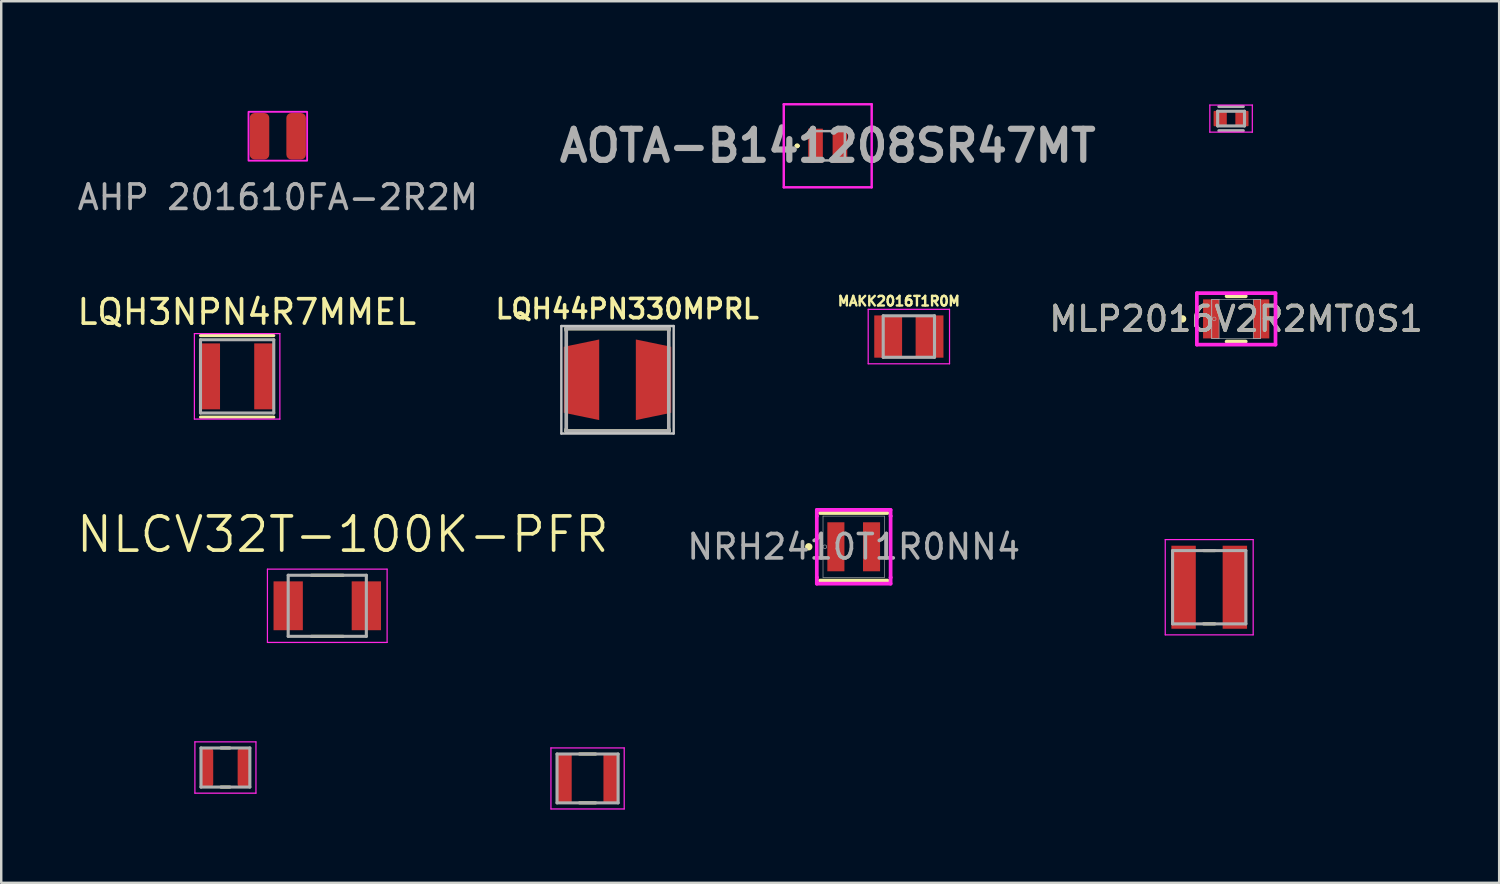
<source format=kicad_pcb>
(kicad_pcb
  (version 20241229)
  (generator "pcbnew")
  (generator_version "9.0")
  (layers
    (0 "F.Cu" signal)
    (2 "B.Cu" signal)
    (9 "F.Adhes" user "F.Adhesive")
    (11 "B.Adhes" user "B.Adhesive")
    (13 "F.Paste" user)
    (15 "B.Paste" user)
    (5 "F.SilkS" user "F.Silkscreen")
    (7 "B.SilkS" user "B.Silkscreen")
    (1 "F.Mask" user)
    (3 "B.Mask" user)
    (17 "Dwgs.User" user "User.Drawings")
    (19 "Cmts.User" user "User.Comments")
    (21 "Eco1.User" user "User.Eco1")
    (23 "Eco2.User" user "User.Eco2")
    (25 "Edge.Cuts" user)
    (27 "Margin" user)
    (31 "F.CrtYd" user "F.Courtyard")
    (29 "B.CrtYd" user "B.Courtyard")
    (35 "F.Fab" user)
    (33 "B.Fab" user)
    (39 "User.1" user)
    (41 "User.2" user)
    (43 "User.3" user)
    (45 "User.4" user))
  (footprint "VLS3012HBX-220M"
    (layer "F.Cu")
    (at 46.461 20.994)
    (property "Reference" "VLS3012HBX-220M" (at 0.232 -2.606 0) (layer "User.2") (effects (font (size 0.64 0.64) (thickness 0.15))))
    (attr smd)
    (fp_line (start -0.23 -1.5) (end 0.23 -1.5) (stroke (width 0.127) (type solid)) (layer "F.SilkS"))
    (fp_line (start -0.23 1.5) (end 0.23 1.5) (stroke (width 0.127) (type solid)) (layer "F.SilkS"))
    (fp_line (start -1.8 -1.95) (end -1.8 1.95) (stroke (width 0.05) (type solid)) (layer "F.CrtYd"))
    (fp_line (start -1.8 1.95) (end 1.8 1.95) (stroke (width 0.05) (type solid)) (layer "F.CrtYd"))
    (fp_line (start 1.8 -1.95) (end -1.8 -1.95) (stroke (width 0.05) (type solid)) (layer "F.CrtYd"))
    (fp_line (start 1.8 1.95) (end 1.8 -1.95) (stroke (width 0.05) (type solid)) (layer "F.CrtYd"))
    (fp_line (start -1.5 -1.5) (end -1.5 1.5) (stroke (width 0.127) (type solid)) (layer "F.Fab"))
    (fp_line (start -1.5 -1.5) (end 1.5 -1.5) (stroke (width 0.127) (type solid)) (layer "F.Fab"))
    (fp_line (start -1.5 1.5) (end 1.5 1.5) (stroke (width 0.127) (type solid)) (layer "F.Fab"))
    (fp_line (start 1.5 -1.5) (end 1.5 1.5) (stroke (width 0.127) (type solid)) (layer "F.Fab"))
    (pad "1" smd rect (at -1.05 0) (size 1 3.4) (layers "F.Cu" "F.Mask" "F.Paste"))
    (pad "2" smd rect (at 1.05 0) (size 1 3.4) (layers "F.Cu" "F.Mask" "F.Paste")))
  (footprint "NRH2410T1R0NN4"
    (layer "F.Cu")
    (at 31.905 19.338)
    (property "Reference" "NRH2410T1R0NN4" (at 0 0 0) (unlocked yes) (layer "User.2") (effects (font (size 1 1) (thickness 0.15))))
    (attr smd)
    (fp_line (start -1.384 1.384) (end 1.384 1.384) (stroke (width 0.152) (type solid)) (layer "F.SilkS"))
    (fp_line (start 1.384 -1.384) (end -1.384 -1.384) (stroke (width 0.152) (type solid)) (layer "F.SilkS"))
    (fp_circle (center -1.841 0) (end -1.765 0) (stroke (width 0.152) (type solid)) (fill no) (layer "F.SilkS"))
    (fp_line (start -1.511 -1.511) (end 1.511 -1.511) (stroke (width 0.152) (type solid)) (layer "F.CrtYd"))
    (fp_line (start -1.511 -1.257) (end -1.511 -1.511) (stroke (width 0.152) (type solid)) (layer "F.CrtYd"))
    (fp_line (start -1.511 -1.257) (end -1.511 -1.257) (stroke (width 0.152) (type solid)) (layer "F.CrtYd"))
    (fp_line (start -1.511 1.257) (end -1.511 -1.257) (stroke (width 0.152) (type solid)) (layer "F.CrtYd"))
    (fp_line (start -1.511 1.257) (end -1.511 1.257) (stroke (width 0.152) (type solid)) (layer "F.CrtYd"))
    (fp_line (start -1.511 1.511) (end -1.511 1.257) (stroke (width 0.152) (type solid)) (layer "F.CrtYd"))
    (fp_line (start 1.511 -1.511) (end 1.511 -1.257) (stroke (width 0.152) (type solid)) (layer "F.CrtYd"))
    (fp_line (start 1.511 -1.257) (end 1.511 -1.257) (stroke (width 0.152) (type solid)) (layer "F.CrtYd"))
    (fp_line (start 1.511 -1.257) (end 1.511 1.257) (stroke (width 0.152) (type solid)) (layer "F.CrtYd"))
    (fp_line (start 1.511 1.257) (end 1.511 1.257) (stroke (width 0.152) (type solid)) (layer "F.CrtYd"))
    (fp_line (start 1.511 1.257) (end 1.511 1.511) (stroke (width 0.152) (type solid)) (layer "F.CrtYd"))
    (fp_line (start 1.511 1.511) (end -1.511 1.511) (stroke (width 0.152) (type solid)) (layer "F.CrtYd"))
    (fp_line (start -1.257 -1.257) (end -1.257 1.257) (stroke (width 0.025) (type solid)) (layer "F.Fab"))
    (fp_line (start -1.257 1.257) (end 1.257 1.257) (stroke (width 0.025) (type solid)) (layer "F.Fab"))
    (fp_line (start 1.257 -1.257) (end -1.257 -1.257) (stroke (width 0.025) (type solid)) (layer "F.Fab"))
    (fp_line (start 1.257 1.257) (end 1.257 -1.257) (stroke (width 0.025) (type solid)) (layer "F.Fab"))
    (fp_circle (center -1.181 0) (end -1.105 0) (stroke (width 0.025) (type solid)) (fill no) (layer "F.Fab"))
    (fp_text user "${REFERENCE}" (at 0 0 0) (unlocked yes) (layer "F.Fab") (effects (font (size 1 1) (thickness 0.15))))
    (pad "1" smd rect (at -0.73 0) (size 0.699 2.007) (layers "F.Cu" "F.Mask" "F.Paste"))
    (pad "2" smd rect (at 0.73 0) (size 0.699 2.007) (layers "F.Cu" "F.Mask" "F.Paste"))
    (zone (net_name "") (layer "F.Cu") (hatch full 0.508) (connect_pads) (min_thickness 0.254) (filled_areas_thickness no) (keepout (tracks not_allowed) (vias not_allowed) (pads allowed) (copperpour not_allowed) (footprints allowed)) (placement (enabled no)) (fill) (polygon (pts (xy 31.574 18.131) (xy 32.235 18.131) (xy 32.235 20.544) (xy 31.574 20.544)))))
  (footprint "MAKK2016T1R0M"
    (layer "F.Cu")
    (at 34.163 10.73)
    (property "Reference" "MAKK2016T1R0M" (at -0.41 -1.45 0) (layer "F.SilkS") (effects (font (size 0.394 0.394) (thickness 0.15))))
    (attr smd)
    (fp_line (start -1.665 -1.115) (end 1.665 -1.115) (stroke (width 0.05) (type solid)) (layer "F.CrtYd"))
    (fp_line (start -1.665 1.115) (end -1.665 -1.115) (stroke (width 0.05) (type solid)) (layer "F.CrtYd"))
    (fp_line (start -1.665 1.115) (end 1.665 1.115) (stroke (width 0.05) (type solid)) (layer "F.CrtYd"))
    (fp_line (start 1.665 1.115) (end 1.665 -1.115) (stroke (width 0.05) (type solid)) (layer "F.CrtYd"))
    (fp_line (start -1.05 0.85) (end -1.05 -0.85) (stroke (width 0.127) (type solid)) (layer "F.Fab"))
    (fp_line (start 1.05 -0.85) (end -1.05 -0.85) (stroke (width 0.127) (type solid)) (layer "F.Fab"))
    (fp_line (start 1.05 0.85) (end -1.05 0.85) (stroke (width 0.127) (type solid)) (layer "F.Fab"))
    (fp_line (start 1.05 0.85) (end 1.05 -0.85) (stroke (width 0.127) (type solid)) (layer "F.Fab"))
    (fp_text user "${REFERENCE}" (at 0 0 0) (layer "Eco1.User") (effects (font (size 0.4 0.4) (thickness 0.1))))
    (pad "1" smd rect (at -0.847 0) (size 1.14 1.73) (layers "F.Cu" "F.Mask" "F.Paste"))
    (pad "2" smd rect (at 0.847 0) (size 1.14 1.73) (layers "F.Cu" "F.Mask" "F.Paste")))
  (footprint "MLP2016V2R2MT0S1"
    (layer "F.Cu")
    (at 47.565 10.007)
    (property "Reference" "MLP2016V2R2MT0S1" (at 0 0 0) (unlocked yes) (layer "F.SilkS") (effects (font (size 1 1) (thickness 0.15))))
    (attr smd)
    (fp_line (start -0.392 0.927) (end 0.392 0.927) (stroke (width 0.152) (type solid)) (layer "F.SilkS"))
    (fp_line (start 0.392 -0.927) (end -0.392 -0.927) (stroke (width 0.152) (type solid)) (layer "F.SilkS"))
    (fp_circle (center -2.194 0) (end -2.118 0) (stroke (width 0.152) (type solid)) (fill no) (layer "F.SilkS"))
    (fp_line (start -1.61 -1.054) (end 1.61 -1.054) (stroke (width 0.152) (type solid)) (layer "F.CrtYd"))
    (fp_line (start -1.61 1.054) (end -1.61 -1.054) (stroke (width 0.152) (type solid)) (layer "F.CrtYd"))
    (fp_line (start 1.61 -1.054) (end 1.61 1.054) (stroke (width 0.152) (type solid)) (layer "F.CrtYd"))
    (fp_line (start 1.61 1.054) (end -1.61 1.054) (stroke (width 0.152) (type solid)) (layer "F.CrtYd"))
    (fp_line (start -1 -0.8) (end -1 0.8) (stroke (width 0.025) (type solid)) (layer "F.Fab"))
    (fp_line (start -1 -0.8) (end -1 0.8) (stroke (width 0.025) (type solid)) (layer "F.Fab"))
    (fp_line (start -1 0.8) (end -0.7 0.8) (stroke (width 0.025) (type solid)) (layer "F.Fab"))
    (fp_line (start -1 0.8) (end 1 0.8) (stroke (width 0.025) (type solid)) (layer "F.Fab"))
    (fp_line (start -0.7 -0.8) (end -1 -0.8) (stroke (width 0.025) (type solid)) (layer "F.Fab"))
    (fp_line (start -0.7 0.8) (end -0.7 -0.8) (stroke (width 0.025) (type solid)) (layer "F.Fab"))
    (fp_line (start 0.7 -0.8) (end 0.7 0.8) (stroke (width 0.025) (type solid)) (layer "F.Fab"))
    (fp_line (start 0.7 0.8) (end 1 0.8) (stroke (width 0.025) (type solid)) (layer "F.Fab"))
    (fp_line (start 1 -0.8) (end -1 -0.8) (stroke (width 0.025) (type solid)) (layer "F.Fab"))
    (fp_line (start 1 -0.8) (end 0.7 -0.8) (stroke (width 0.025) (type solid)) (layer "F.Fab"))
    (fp_line (start 1 0.8) (end 1 -0.8) (stroke (width 0.025) (type solid)) (layer "F.Fab"))
    (fp_line (start 1 0.8) (end 1 -0.8) (stroke (width 0.025) (type solid)) (layer "F.Fab"))
    (fp_circle (center -0.901 0) (end -0.825 0) (stroke (width 0.025) (type solid)) (fill no) (layer "F.Fab"))
    (fp_text user "${REFERENCE}" (at 0 0 0) (unlocked yes) (layer "F.Fab") (effects (font (size 1 1) (thickness 0.15))))
    (pad "1" smd rect (at -1.028 0) (size 0.656 1.6) (layers "F.Cu" "F.Mask" "F.Paste"))
    (pad "2" smd rect (at 1.028 0) (size 0.656 1.6) (layers "F.Cu" "F.Mask" "F.Paste"))
    (zone (net_name "") (layer "F.Cu") (hatch full 0.508) (connect_pads) (min_thickness 0.254) (filled_areas_thickness no) (keepout (tracks not_allowed) (vias not_allowed) (pads allowed) (copperpour not_allowed) (footprints allowed)) (placement (enabled no)) (fill) (polygon (pts (xy 46.916 9.258) (xy 48.214 9.258) (xy 48.214 10.756) (xy 46.916 10.756)))))
  (footprint "VLS201612HBX-2R2M-1"
    (layer "F.Cu")
    (at 6.18 28.376)
    (property "Reference" "VLS201612HBX-2R2M-1" (at 0 -1.46 0) (layer "User.2") (effects (font (size 0.64 0.64) (thickness 0.15))))
    (attr smd)
    (fp_line (start -0.18 -0.8) (end 0.18 -0.8) (stroke (width 0.127) (type solid)) (layer "F.SilkS"))
    (fp_line (start -0.18 0.8) (end 0.18 0.8) (stroke (width 0.127) (type solid)) (layer "F.SilkS"))
    (fp_line (start -1.25 -1.05) (end -1.25 1.05) (stroke (width 0.05) (type solid)) (layer "F.CrtYd"))
    (fp_line (start -1.25 1.05) (end 1.25 1.05) (stroke (width 0.05) (type solid)) (layer "F.CrtYd"))
    (fp_line (start 1.25 -1.05) (end -1.25 -1.05) (stroke (width 0.05) (type solid)) (layer "F.CrtYd"))
    (fp_line (start 1.25 1.05) (end 1.25 -1.05) (stroke (width 0.05) (type solid)) (layer "F.CrtYd"))
    (fp_line (start -1 -0.8) (end -1 0.8) (stroke (width 0.127) (type solid)) (layer "F.Fab"))
    (fp_line (start -1 -0.8) (end 1 -0.8) (stroke (width 0.127) (type solid)) (layer "F.Fab"))
    (fp_line (start -1 0.8) (end 1 0.8) (stroke (width 0.127) (type solid)) (layer "F.Fab"))
    (fp_line (start 1 -0.8) (end 1 0.8) (stroke (width 0.127) (type solid)) (layer "F.Fab"))
    (pad "1" smd roundrect (at -0.75 0) (size 0.5 1.6) (layers "F.Cu" "F.Mask" "F.Paste") (roundrect_rratio 0.25))
    (pad "2" smd roundrect (at 0.75 0) (size 0.5 1.6) (layers "F.Cu" "F.Mask" "F.Paste") (roundrect_rratio 0.25)))
  (footprint "IND_0402"
    (layer "F.Cu")
    (at 47.356 1.806)
    (property "Reference" "IND_0402" (at 0.127 -1.168 0) (layer "User.2") (effects (font (size 0.64 0.64) (thickness 0.15))))
    (attr smd)
    (fp_line (start -0.87 -0.555) (end 0.87 -0.555) (stroke (width 0.05) (type solid)) (layer "F.CrtYd"))
    (fp_line (start -0.87 0.555) (end -0.87 -0.555) (stroke (width 0.05) (type solid)) (layer "F.CrtYd"))
    (fp_line (start 0.87 -0.555) (end 0.87 0.555) (stroke (width 0.05) (type solid)) (layer "F.CrtYd"))
    (fp_line (start 0.87 0.555) (end -0.87 0.555) (stroke (width 0.05) (type solid)) (layer "F.CrtYd"))
    (fp_line (start -0.55 -0.3) (end 0.55 -0.3) (stroke (width 0.127) (type solid)) (layer "F.Fab"))
    (fp_line (start -0.55 0.3) (end -0.55 -0.3) (stroke (width 0.127) (type solid)) (layer "F.Fab"))
    (fp_line (start -0.5 -0.495) (end 0.5 -0.495) (stroke (width 0.127) (type solid)) (layer "F.Fab"))
    (fp_line (start -0.5 0.495) (end 0.5 0.495) (stroke (width 0.127) (type solid)) (layer "F.Fab"))
    (fp_line (start 0.55 -0.3) (end 0.55 0.3) (stroke (width 0.127) (type solid)) (layer "F.Fab"))
    (fp_line (start 0.55 0.3) (end -0.55 0.3) (stroke (width 0.127) (type solid)) (layer "F.Fab"))
    (pad "1" smd roundrect (at -0.445 0) (size 0.54 0.63) (layers "F.Cu" "F.Mask" "F.Paste") (roundrect_rratio 0.07))
    (pad "2" smd roundrect (at 0.445 0) (size 0.54 0.63) (layers "F.Cu" "F.Mask" "F.Paste") (roundrect_rratio 0.07)))
  (footprint "LQH44PN330MPRL"
    (layer "F.Cu")
    (at 22.234 12.5)
    (property "Reference" "LQH44PN330MPRL" (at 0.4 -2.9 0) (layer "F.SilkS") (effects (font (size 0.787 0.787) (thickness 0.15))))
    (attr smd)
    (fp_poly (pts (xy -2.2 1.35) (xy -0.75 1.65) (xy -0.75 -1.65) (xy -2.2 -1.35)) (stroke (width 0) (type solid)) (fill yes) (layer "F.Mask"))
    (fp_poly (pts (xy 2.2 1.35) (xy 2.2 -1.35) (xy 0.75 -1.65) (xy 0.75 1.65)) (stroke (width 0) (type solid)) (fill yes) (layer "F.Mask"))
    (fp_line (start -2.1 -2.1) (end 2.1 -2.1) (stroke (width 0.15) (type solid)) (layer "F.SilkS"))
    (fp_line (start -2.1 -2.025) (end -2.1 -2.1) (stroke (width 0.15) (type solid)) (layer "F.SilkS"))
    (fp_line (start -2.1 2.1) (end -2.1 2.025) (stroke (width 0.15) (type solid)) (layer "F.SilkS"))
    (fp_line (start -2.1 2.1) (end 2.1 2.1) (stroke (width 0.15) (type solid)) (layer "F.SilkS"))
    (fp_line (start 2.1 -2.025) (end 2.1 -2.1) (stroke (width 0.15) (type solid)) (layer "F.SilkS"))
    (fp_line (start 2.1 2.1) (end 2.1 2.025) (stroke (width 0.15) (type solid)) (layer "F.SilkS"))
    (fp_poly (pts (xy -2.2 1.35) (xy -0.75 1.65) (xy -0.75 -1.65) (xy -2.2 -1.35)) (stroke (width 0) (type solid)) (fill yes) (layer "F.Paste"))
    (fp_poly (pts (xy 2.2 1.35) (xy 2.2 -1.35) (xy 0.75 -1.65) (xy 0.75 1.65)) (stroke (width 0) (type solid)) (fill yes) (layer "F.Paste"))
    (fp_line (start -2.3 -2.2) (end 2.3 -2.2) (stroke (width 0.1) (type solid)) (layer "Dwgs.User"))
    (fp_line (start -2.3 2.2) (end -2.3 -2.2) (stroke (width 0.1) (type solid)) (layer "Dwgs.User"))
    (fp_line (start 2.3 -2.2) (end 2.3 2.2) (stroke (width 0.1) (type solid)) (layer "Dwgs.User"))
    (fp_line (start 2.3 2.2) (end -2.3 2.2) (stroke (width 0.1) (type solid)) (layer "Dwgs.User"))
    (fp_line (start -2.1 -2.1) (end 2.1 -2.1) (stroke (width 0.15) (type solid)) (layer "F.Fab"))
    (fp_line (start -2.1 2.1) (end -2.1 -2.1) (stroke (width 0.15) (type solid)) (layer "F.Fab"))
    (fp_line (start 2.1 -2.1) (end 2.1 2.1) (stroke (width 0.15) (type solid)) (layer "F.Fab"))
    (fp_line (start 2.1 2.1) (end -2.1 2.1) (stroke (width 0.15) (type solid)) (layer "F.Fab"))
    (pad "1" smd custom (at -1.475 0) (size 1.305 1.305) (layers "F.Cu") (options (anchor rect)) (primitives (gr_poly (pts (xy -0.725 1.35) (xy 0.725 1.65) (xy 0.725 -1.65) (xy -0.725 -1.35)) (width 0) (fill yes))))
    (pad "2" smd custom (at 1.475 0) (size 1.305 1.305) (layers "F.Cu") (options (anchor rect)) (primitives (gr_poly (pts (xy 0.725 1.35) (xy 0.725 -1.35) (xy -0.725 -1.65) (xy -0.725 1.65)) (width 0) (fill yes)))))
  (footprint "NLCV32T-100K-PFR"
    (layer "F.Cu")
    (at 10.35 21.754)
    (property "Reference" "NLCV32T-100K-PFR" (at 0.635 -2.921 0) (layer "F.SilkS") (effects (font (size 1.4 1.4) (thickness 0.15))))
    (attr smd)
    (fp_line (start -0.65 -1.25) (end 0.65 -1.25) (stroke (width 0.127) (type solid)) (layer "F.SilkS"))
    (fp_line (start -0.65 1.25) (end 0.65 1.25) (stroke (width 0.127) (type solid)) (layer "F.SilkS"))
    (fp_line (start -2.45 -1.5) (end 2.45 -1.5) (stroke (width 0.05) (type solid)) (layer "F.CrtYd"))
    (fp_line (start -2.45 1.5) (end -2.45 -1.5) (stroke (width 0.05) (type solid)) (layer "F.CrtYd"))
    (fp_line (start 2.45 -1.5) (end 2.45 1.5) (stroke (width 0.05) (type solid)) (layer "F.CrtYd"))
    (fp_line (start 2.45 1.5) (end -2.45 1.5) (stroke (width 0.05) (type solid)) (layer "F.CrtYd"))
    (fp_line (start -1.6 -1.25) (end 1.6 -1.25) (stroke (width 0.127) (type solid)) (layer "F.Fab"))
    (fp_line (start -1.6 1.25) (end -1.6 -1.25) (stroke (width 0.127) (type solid)) (layer "F.Fab"))
    (fp_line (start 1.6 -1.25) (end 1.6 1.25) (stroke (width 0.127) (type solid)) (layer "F.Fab"))
    (fp_line (start 1.6 1.25) (end -1.6 1.25) (stroke (width 0.127) (type solid)) (layer "F.Fab"))
    (pad "1" smd rect (at -1.6 0) (size 1.2 2) (layers "F.Cu" "F.Mask" "F.Paste"))
    (pad "2" smd rect (at 1.6 0) (size 1.2 2) (layers "F.Cu" "F.Mask" "F.Paste")))
  (footprint "VLS252012HBX-1R0M-1"
    (layer "F.Cu")
    (at 21.008 28.823)
    (property "Reference" "VLS252012HBX-1R0M-1" (at 0.532 -1.906 0) (layer "User.2") (effects (font (size 0.64 0.64) (thickness 0.15))))
    (attr smd)
    (fp_line (start -0.33 -1) (end 0.33 -1) (stroke (width 0.127) (type solid)) (layer "F.SilkS"))
    (fp_line (start -0.33 1) (end 0.33 1) (stroke (width 0.127) (type solid)) (layer "F.SilkS"))
    (fp_line (start -1.5 -1.25) (end -1.5 1.25) (stroke (width 0.05) (type solid)) (layer "F.CrtYd"))
    (fp_line (start -1.5 1.25) (end 1.5 1.25) (stroke (width 0.05) (type solid)) (layer "F.CrtYd"))
    (fp_line (start 1.5 -1.25) (end -1.5 -1.25) (stroke (width 0.05) (type solid)) (layer "F.CrtYd"))
    (fp_line (start 1.5 1.25) (end 1.5 -1.25) (stroke (width 0.05) (type solid)) (layer "F.CrtYd"))
    (fp_line (start -1.25 -1) (end -1.25 1) (stroke (width 0.127) (type solid)) (layer "F.Fab"))
    (fp_line (start -1.25 -1) (end 1.25 -1) (stroke (width 0.127) (type solid)) (layer "F.Fab"))
    (fp_line (start -1.25 1) (end 1.25 1) (stroke (width 0.127) (type solid)) (layer "F.Fab"))
    (fp_line (start 1.25 -1) (end 1.25 1) (stroke (width 0.127) (type solid)) (layer "F.Fab"))
    (pad "1" smd rect (at -0.95 0) (size 0.6 2) (layers "F.Cu" "F.Mask" "F.Paste"))
    (pad "2" smd rect (at 0.95 0) (size 0.6 2) (layers "F.Cu" "F.Mask" "F.Paste")))
  (footprint "LQH3NPN4R7MMEL"
    (layer "F.Cu")
    (at 6.659 12.36)
    (property "Reference" "LQH3NPN4R7MMEL" (at 0.395 -2.635 0) (layer "F.SilkS") (effects (font (size 1 1) (thickness 0.15))))
    (attr smd)
    (fp_line (start -1.5 -1.67) (end 1.5 -1.67) (stroke (width 0.127) (type solid)) (layer "F.SilkS"))
    (fp_line (start -1.5 1.67) (end 1.5 1.67) (stroke (width 0.127) (type solid)) (layer "F.SilkS"))
    (fp_line (start -1.75 -1.75) (end 1.75 -1.75) (stroke (width 0.05) (type solid)) (layer "F.CrtYd"))
    (fp_line (start -1.75 1.75) (end -1.75 -1.75) (stroke (width 0.05) (type solid)) (layer "F.CrtYd"))
    (fp_line (start 1.75 -1.75) (end 1.75 1.75) (stroke (width 0.05) (type solid)) (layer "F.CrtYd"))
    (fp_line (start 1.75 1.75) (end -1.75 1.75) (stroke (width 0.05) (type solid)) (layer "F.CrtYd"))
    (fp_line (start -1.5 -1.5) (end 1.5 -1.5) (stroke (width 0.127) (type solid)) (layer "F.Fab"))
    (fp_line (start -1.5 1.5) (end -1.5 -1.5) (stroke (width 0.127) (type solid)) (layer "F.Fab"))
    (fp_line (start 1.5 -1.5) (end 1.5 1.5) (stroke (width 0.127) (type solid)) (layer "F.Fab"))
    (fp_line (start 1.5 1.5) (end -1.5 1.5) (stroke (width 0.127) (type solid)) (layer "F.Fab"))
    (pad "1" smd rect (at -1.1 0) (size 0.8 2.7) (layers "F.Cu" "F.Mask" "F.Paste"))
    (pad "2" smd rect (at 1.1 0 180) (size 0.8 2.7) (layers "F.Cu" "F.Mask" "F.Paste")))
  (footprint "AHP 201610FA-2R2M"
    (layer "F.Cu")
    (at 8.325 2.528)
    (property "Reference" "AHP 201610FA-2R2M" (at -0.01 -1.68 0) (unlocked yes) (layer "Eco2.User") (effects (font (size 1 1) (thickness 0.15))))
    (attr smd)
    (fp_rect (start -1.2 -1) (end 1.2 1) (stroke (width 0.075) (type default)) (fill no) (layer "F.CrtYd"))
    (fp_text user "${REFERENCE}" (at 0 2.5 0) (unlocked yes) (layer "F.Fab") (effects (font (size 1 1) (thickness 0.15))))
    (pad "1" smd roundrect (at 0.75 0) (size 0.8 1.9) (layers "F.Cu" "F.Mask" "F.Paste") (roundrect_rratio 0.25))
    (pad "2" smd roundrect (at -0.75 0) (size 0.8 1.9) (layers "F.Cu" "F.Mask" "F.Paste") (roundrect_rratio 0.25)))
  (footprint "AOTA-B141208SR47MT"
    (layer "F.Cu")
    (at 30.841 2.919)
    (property "Reference" "AOTA-B141208SR47MT" (at 0.01 -1.73 0) (layer "User.2") (effects (font (size 1.27 1.27) (thickness 0.254))))
    (attr smd)
    (fp_line (start -1.3 0) (end -1.3 0) (stroke (width 0.1) (type solid)) (layer "F.SilkS"))
    (fp_line (start -1.3 0) (end -1.3 0) (stroke (width 0.1) (type solid)) (layer "F.SilkS"))
    (fp_line (start -1.2 0) (end -1.2 0) (stroke (width 0.1) (type solid)) (layer "F.SilkS"))
    (fp_arc (start -1.3 0) (mid -1.25 -0.05) (end -1.2 0) (stroke (width 0.1) (type solid)) (layer "F.SilkS"))
    (fp_arc (start -1.2 0) (mid -1.25 0.05) (end -1.3 0) (stroke (width 0.1) (type solid)) (layer "F.SilkS"))
    (fp_arc (start -1.2 0) (mid -1.25 0.05) (end -1.3 0) (stroke (width 0.1) (type solid)) (layer "F.SilkS"))
    (fp_line (start -1.8 -1.7) (end 1.8 -1.7) (stroke (width 0.1) (type solid)) (layer "F.CrtYd"))
    (fp_line (start -1.8 1.7) (end -1.8 -1.7) (stroke (width 0.1) (type solid)) (layer "F.CrtYd"))
    (fp_line (start 1.8 -1.7) (end 1.8 1.7) (stroke (width 0.1) (type solid)) (layer "F.CrtYd"))
    (fp_line (start 1.8 1.7) (end -1.8 1.7) (stroke (width 0.1) (type solid)) (layer "F.CrtYd"))
    (fp_line (start -0.7 -0.6) (end -0.7 0.6) (stroke (width 0.1) (type solid)) (layer "F.Fab"))
    (fp_line (start -0.7 0.6) (end 0.7 0.6) (stroke (width 0.1) (type solid)) (layer "F.Fab"))
    (fp_line (start 0.7 -0.6) (end -0.7 -0.6) (stroke (width 0.1) (type solid)) (layer "F.Fab"))
    (fp_line (start 0.7 0.6) (end 0.7 -0.6) (stroke (width 0.1) (type solid)) (layer "F.Fab"))
    (fp_text user "${REFERENCE}" (at 0 0 0) (layer "F.Fab") (effects (font (size 1.27 1.27) (thickness 0.254))))
    (pad "1" smd rect (at -0.5 0) (size 0.6 1.4) (layers "F.Cu" "F.Mask" "F.Paste"))
    (pad "2" smd rect (at 0.5 0) (size 0.6 1.4) (layers "F.Cu" "F.Mask" "F.Paste")))
  (gr_rect
    (start -3 -3)
    (end 58.333 33.098)
    (stroke (width 0.1) (type default))
    (fill no)
    (layer "Edge.Cuts")))
</source>
